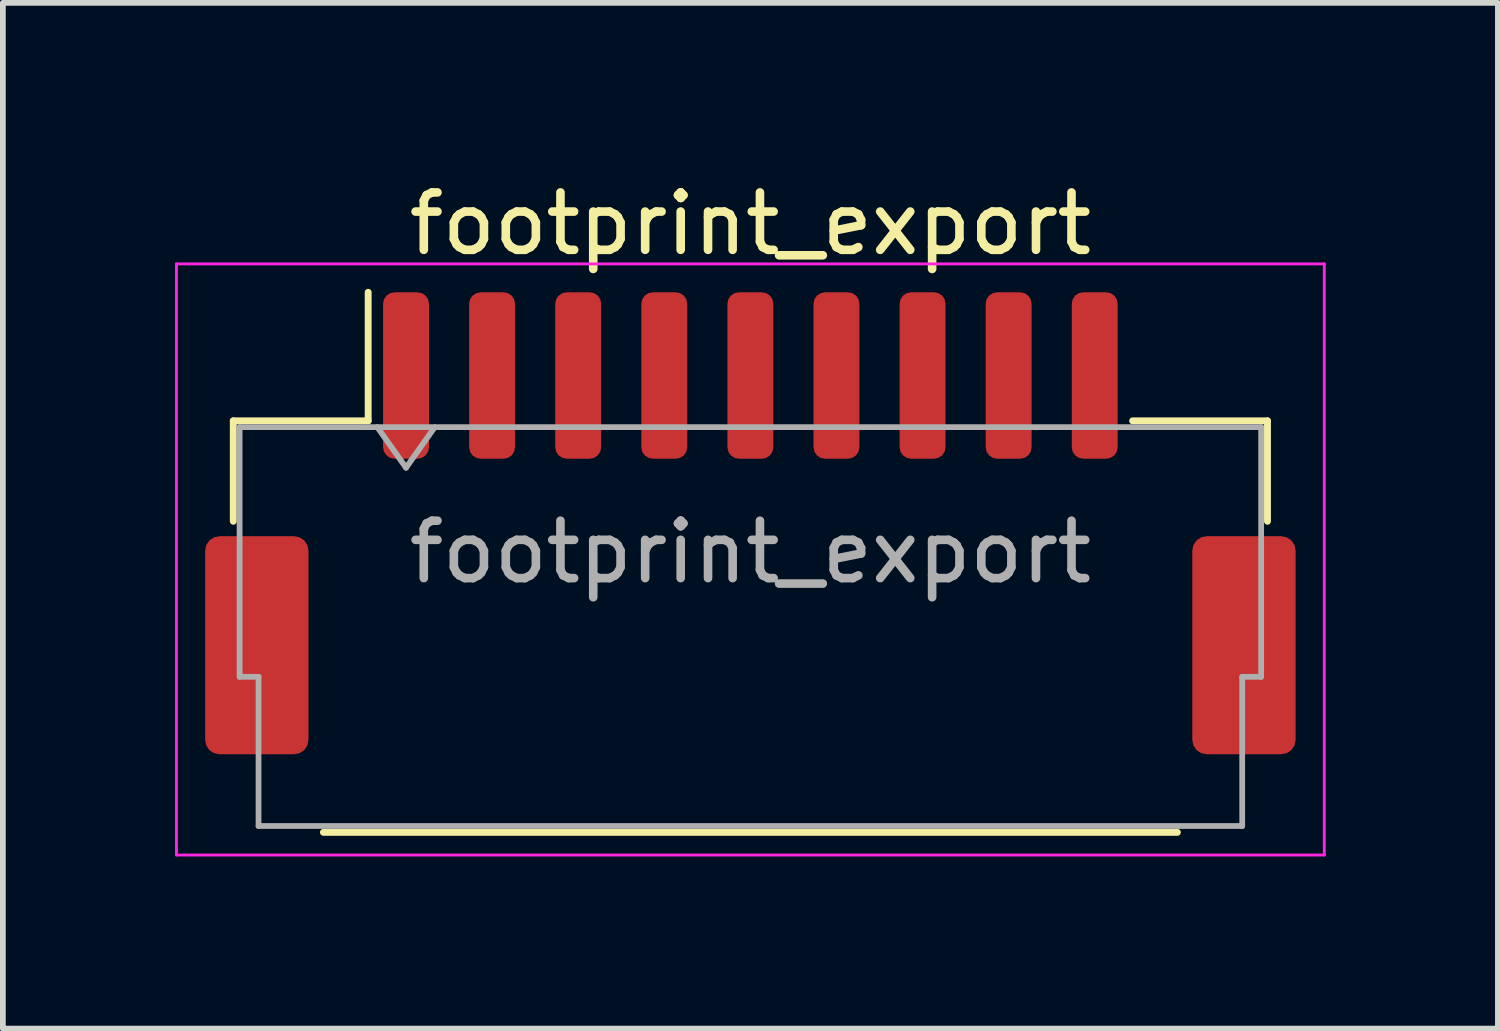
<source format=kicad_pcb>
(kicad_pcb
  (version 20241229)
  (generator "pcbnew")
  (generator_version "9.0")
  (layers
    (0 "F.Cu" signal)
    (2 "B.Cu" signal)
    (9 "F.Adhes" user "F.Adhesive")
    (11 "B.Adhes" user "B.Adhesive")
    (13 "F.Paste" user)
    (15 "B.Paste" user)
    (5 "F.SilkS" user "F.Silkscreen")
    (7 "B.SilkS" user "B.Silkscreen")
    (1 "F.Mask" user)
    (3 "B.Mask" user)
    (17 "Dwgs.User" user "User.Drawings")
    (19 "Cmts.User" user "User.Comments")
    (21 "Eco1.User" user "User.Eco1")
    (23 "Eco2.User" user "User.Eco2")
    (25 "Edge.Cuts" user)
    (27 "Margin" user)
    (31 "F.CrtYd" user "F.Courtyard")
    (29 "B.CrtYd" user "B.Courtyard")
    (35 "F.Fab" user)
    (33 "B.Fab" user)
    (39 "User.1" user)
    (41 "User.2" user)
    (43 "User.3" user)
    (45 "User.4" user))
  (footprint "footprint_export"
    (layer "F.Cu")
    (at 10.025 6.068)
    (property "Reference" "footprint_export" (at 0 -5.22 0) (layer "F.SilkS") (effects (font (size 1 1) (thickness 0.15))))
    (attr smd)
    (fp_line (start -9.01 -1.785) (end -6.66 -1.785) (stroke (width 0.12) (type solid)) (layer "F.SilkS"))
    (fp_line (start -9.01 -0.035) (end -9.01 -1.785) (stroke (width 0.12) (type solid)) (layer "F.SilkS"))
    (fp_line (start -7.44 5.385) (end 7.44 5.385) (stroke (width 0.12) (type solid)) (layer "F.SilkS"))
    (fp_line (start -6.66 -1.785) (end -6.66 -4.025) (stroke (width 0.12) (type solid)) (layer "F.SilkS"))
    (fp_line (start 9.01 -1.785) (end 6.66 -1.785) (stroke (width 0.12) (type solid)) (layer "F.SilkS"))
    (fp_line (start 9.01 -0.035) (end 9.01 -1.785) (stroke (width 0.12) (type solid)) (layer "F.SilkS"))
    (fp_line (start -10 -4.52) (end -10 5.78) (stroke (width 0.05) (type solid)) (layer "F.CrtYd"))
    (fp_line (start -10 5.78) (end 10 5.78) (stroke (width 0.05) (type solid)) (layer "F.CrtYd"))
    (fp_line (start 10 -4.52) (end -10 -4.52) (stroke (width 0.05) (type solid)) (layer "F.CrtYd"))
    (fp_line (start 10 5.78) (end 10 -4.52) (stroke (width 0.05) (type solid)) (layer "F.CrtYd"))
    (fp_line (start -8.9 -1.675) (end -8.9 2.675) (stroke (width 0.1) (type solid)) (layer "F.Fab"))
    (fp_line (start -8.9 -1.675) (end 8.9 -1.675) (stroke (width 0.1) (type solid)) (layer "F.Fab"))
    (fp_line (start -8.9 2.675) (end -8.57 2.675) (stroke (width 0.1) (type solid)) (layer "F.Fab"))
    (fp_line (start -8.57 2.675) (end -8.57 5.275) (stroke (width 0.1) (type solid)) (layer "F.Fab"))
    (fp_line (start -8.57 5.275) (end 8.57 5.275) (stroke (width 0.1) (type solid)) (layer "F.Fab"))
    (fp_line (start -6.5 -1.675) (end -6 -0.968) (stroke (width 0.1) (type solid)) (layer "F.Fab"))
    (fp_line (start -6 -0.968) (end -5.5 -1.675) (stroke (width 0.1) (type solid)) (layer "F.Fab"))
    (fp_line (start 8.57 2.675) (end 8.9 2.675) (stroke (width 0.1) (type solid)) (layer "F.Fab"))
    (fp_line (start 8.57 5.275) (end 8.57 2.675) (stroke (width 0.1) (type solid)) (layer "F.Fab"))
    (fp_line (start 8.9 -1.675) (end 8.9 2.675) (stroke (width 0.1) (type solid)) (layer "F.Fab"))
    (fp_text user "${REFERENCE}" (at 0 0.5 0) (layer "F.Fab") (effects (font (size 1 1) (thickness 0.15))))
    (pad "1" smd roundrect (at -6 -2.575) (size 0.8 2.9) (layers "F.Cu" "F.Mask" "F.Paste") (roundrect_rratio 0.25))
    (pad "2" smd roundrect (at -4.5 -2.575) (size 0.8 2.9) (layers "F.Cu" "F.Mask" "F.Paste") (roundrect_rratio 0.25))
    (pad "3" smd roundrect (at -3 -2.575) (size 0.8 2.9) (layers "F.Cu" "F.Mask" "F.Paste") (roundrect_rratio 0.25))
    (pad "4" smd roundrect (at -1.5 -2.575) (size 0.8 2.9) (layers "F.Cu" "F.Mask" "F.Paste") (roundrect_rratio 0.25))
    (pad "5" smd roundrect (at 0 -2.575) (size 0.8 2.9) (layers "F.Cu" "F.Mask" "F.Paste") (roundrect_rratio 0.25))
    (pad "6" smd roundrect (at 1.5 -2.575) (size 0.8 2.9) (layers "F.Cu" "F.Mask" "F.Paste") (roundrect_rratio 0.25))
    (pad "7" smd roundrect (at 3 -2.575) (size 0.8 2.9) (layers "F.Cu" "F.Mask" "F.Paste") (roundrect_rratio 0.25))
    (pad "8" smd roundrect (at 4.5 -2.575) (size 0.8 2.9) (layers "F.Cu" "F.Mask" "F.Paste") (roundrect_rratio 0.25))
    (pad "9" smd roundrect (at 6 -2.575) (size 0.8 2.9) (layers "F.Cu" "F.Mask" "F.Paste") (roundrect_rratio 0.25))
    (pad "MP" smd roundrect (at -8.6 2.125) (size 1.8 3.8) (layers "F.Cu" "F.Mask" "F.Paste") (roundrect_rratio 0.139))
    (pad "MP" smd roundrect (at 8.6 2.125) (size 1.8 3.8) (layers "F.Cu" "F.Mask" "F.Paste") (roundrect_rratio 0.139)))
  (gr_rect
    (start -3 -3)
    (end 23.05 14.873)
    (stroke (width 0.1) (type default))
    (fill no)
    (layer "Edge.Cuts")))
</source>
